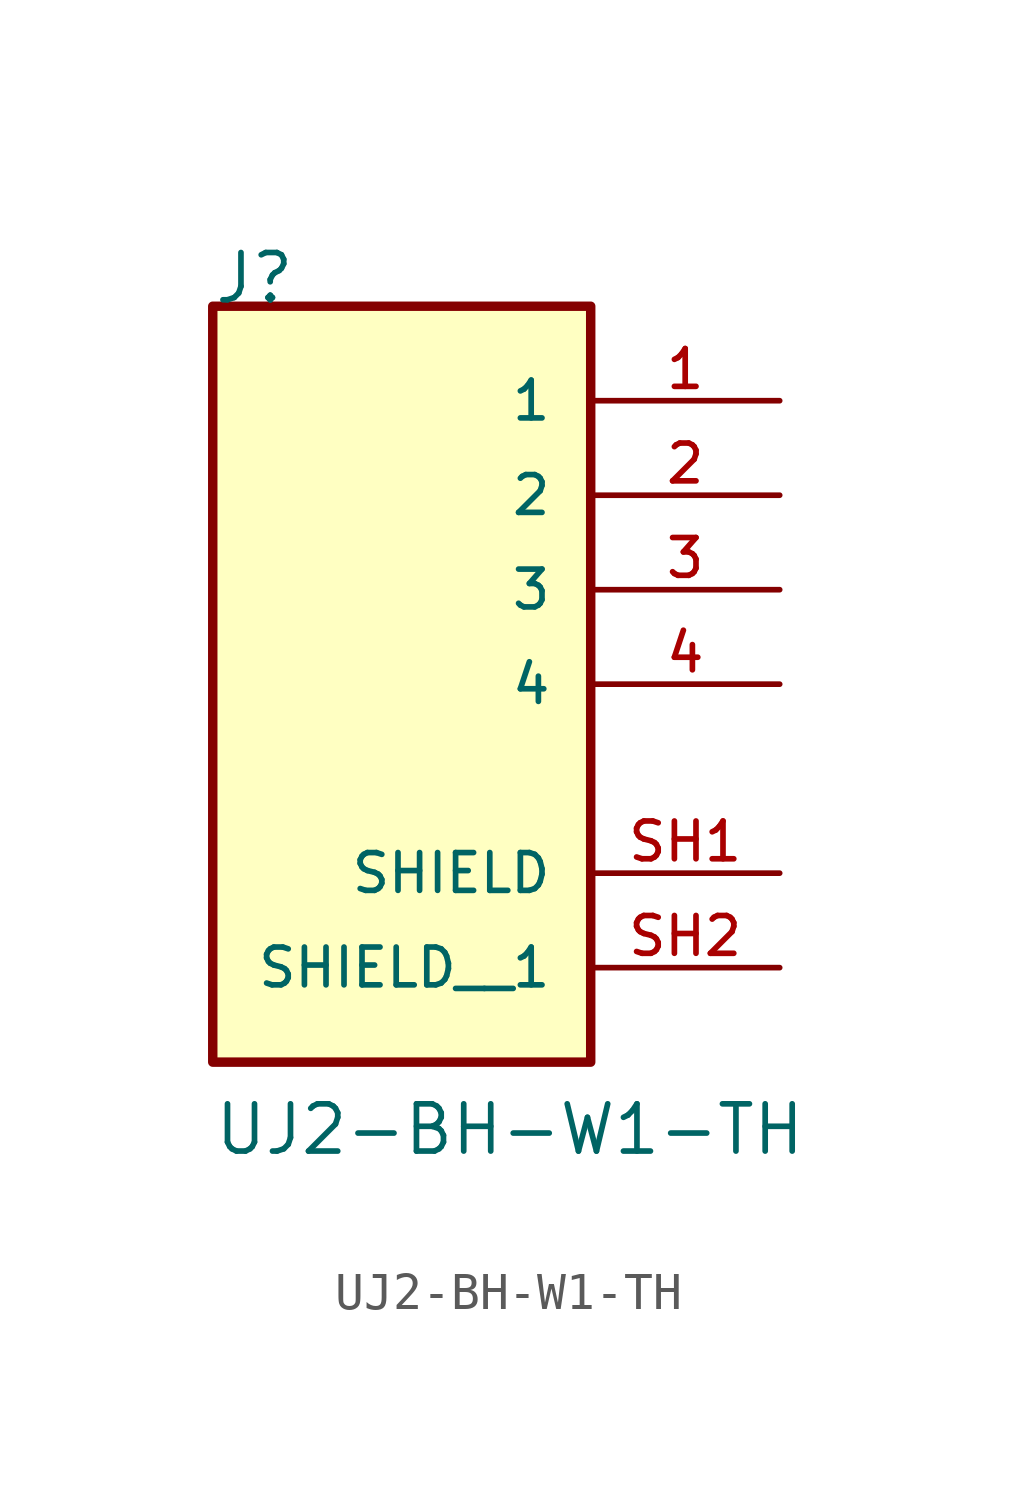
<source format=kicad_sym>
(kicad_symbol_lib
  (version 20211014)
  (generator kicad_symbol_editor)
  (symbol "UJ2-BH-W1-TH"
    (pin_names
      (offset 1.016))
    (property "Reference" "J"
      (at -5.087 7.63 0)
      (effects (font (size 1.27 1.27)) (justify bottom left)))
    (property "Value" "UJ2-BH-W1-TH"
      (at -5.086 -15.254 0)
      (effects (font (size 1.27 1.27)) (justify bottom left)))
    (symbol "UJ2-BH-W1-TH_0_0"
      (rectangle (start -5.08 -12.7) (end 5.08 7.62) (stroke (width 0.254)) (fill (type background)))
      (pin passive line (at 10.16 5.08 180.0) (length 5.08) (name "1" (effects (font (size 1.016 1.016)))) (number "1" (effects (font (size 1.016 1.016)))))
      (pin passive line (at 10.16 2.54 180.0) (length 5.08) (name "2" (effects (font (size 1.016 1.016)))) (number "2" (effects (font (size 1.016 1.016)))))
      (pin passive line (at 10.16 0.0 180.0) (length 5.08) (name "3" (effects (font (size 1.016 1.016)))) (number "3" (effects (font (size 1.016 1.016)))))
      (pin passive line (at 10.16 -2.54 180.0) (length 5.08) (name "4" (effects (font (size 1.016 1.016)))) (number "4" (effects (font (size 1.016 1.016)))))
      (pin passive line (at 10.16 -7.62 180.0) (length 5.08) (name "SHIELD" (effects (font (size 1.016 1.016)))) (number "SH1" (effects (font (size 1.016 1.016)))))
      (pin passive line (at 10.16 -10.16 180.0) (length 5.08) (name "SHIELD__1" (effects (font (size 1.016 1.016)))) (number "SH2" (effects (font (size 1.016 1.016))))))))
</source>
